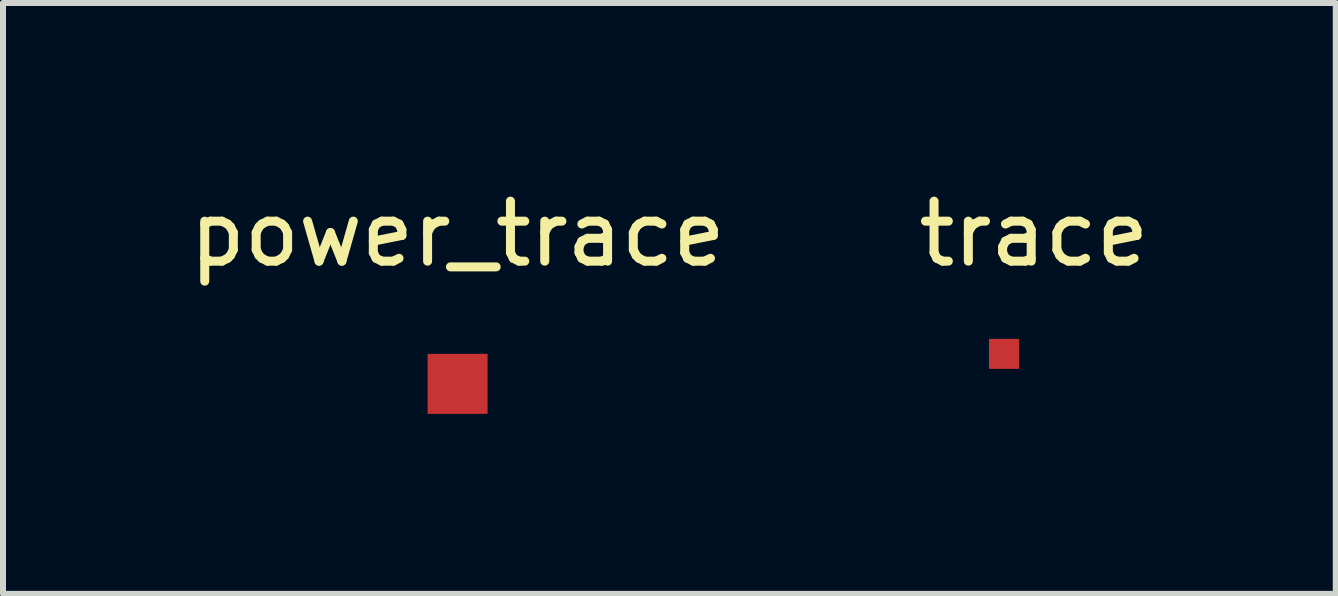
<source format=kicad_pcb>
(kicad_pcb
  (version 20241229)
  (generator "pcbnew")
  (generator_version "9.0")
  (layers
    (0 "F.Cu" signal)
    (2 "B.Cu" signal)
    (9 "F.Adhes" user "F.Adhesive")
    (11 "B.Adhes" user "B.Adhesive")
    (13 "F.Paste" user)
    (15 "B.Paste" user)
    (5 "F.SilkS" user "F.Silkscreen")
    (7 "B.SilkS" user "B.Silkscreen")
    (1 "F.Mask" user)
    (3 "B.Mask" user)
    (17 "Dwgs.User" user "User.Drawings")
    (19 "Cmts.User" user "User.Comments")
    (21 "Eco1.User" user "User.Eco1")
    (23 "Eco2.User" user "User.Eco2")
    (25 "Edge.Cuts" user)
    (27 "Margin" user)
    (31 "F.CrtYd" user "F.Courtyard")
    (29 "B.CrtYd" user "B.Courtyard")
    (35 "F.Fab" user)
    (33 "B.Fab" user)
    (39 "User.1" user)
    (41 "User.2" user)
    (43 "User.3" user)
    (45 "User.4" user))
  (footprint "trace"
    (layer "F.Cu")
    (at 13.685 2.848)
    (property "Reference" "trace" (at 0.5 -2 0) (layer "F.SilkS") (effects (font (size 1 1) (thickness 0.15))))
    (attr through_hole)
    (pad "1" smd rect (at 0 0) (size 0.5 0.5) (layers "F.Cu" "F.Mask" "F.Paste")))
  (footprint "power_trace"
    (layer "F.Cu")
    (at 4.577 3.348)
    (property "Reference" "power_trace" (at 0 -2.5 0) (layer "F.SilkS") (effects (font (size 1 1) (thickness 0.15))))
    (attr through_hole)
    (pad "1" smd rect (at 0 0) (size 1 1) (layers "F.Cu" "F.Mask" "F.Paste")))
  (gr_rect
    (start -3 -3)
    (end 19.214 6.848)
    (stroke (width 0.1) (type default))
    (fill no)
    (layer "Edge.Cuts")))
</source>
